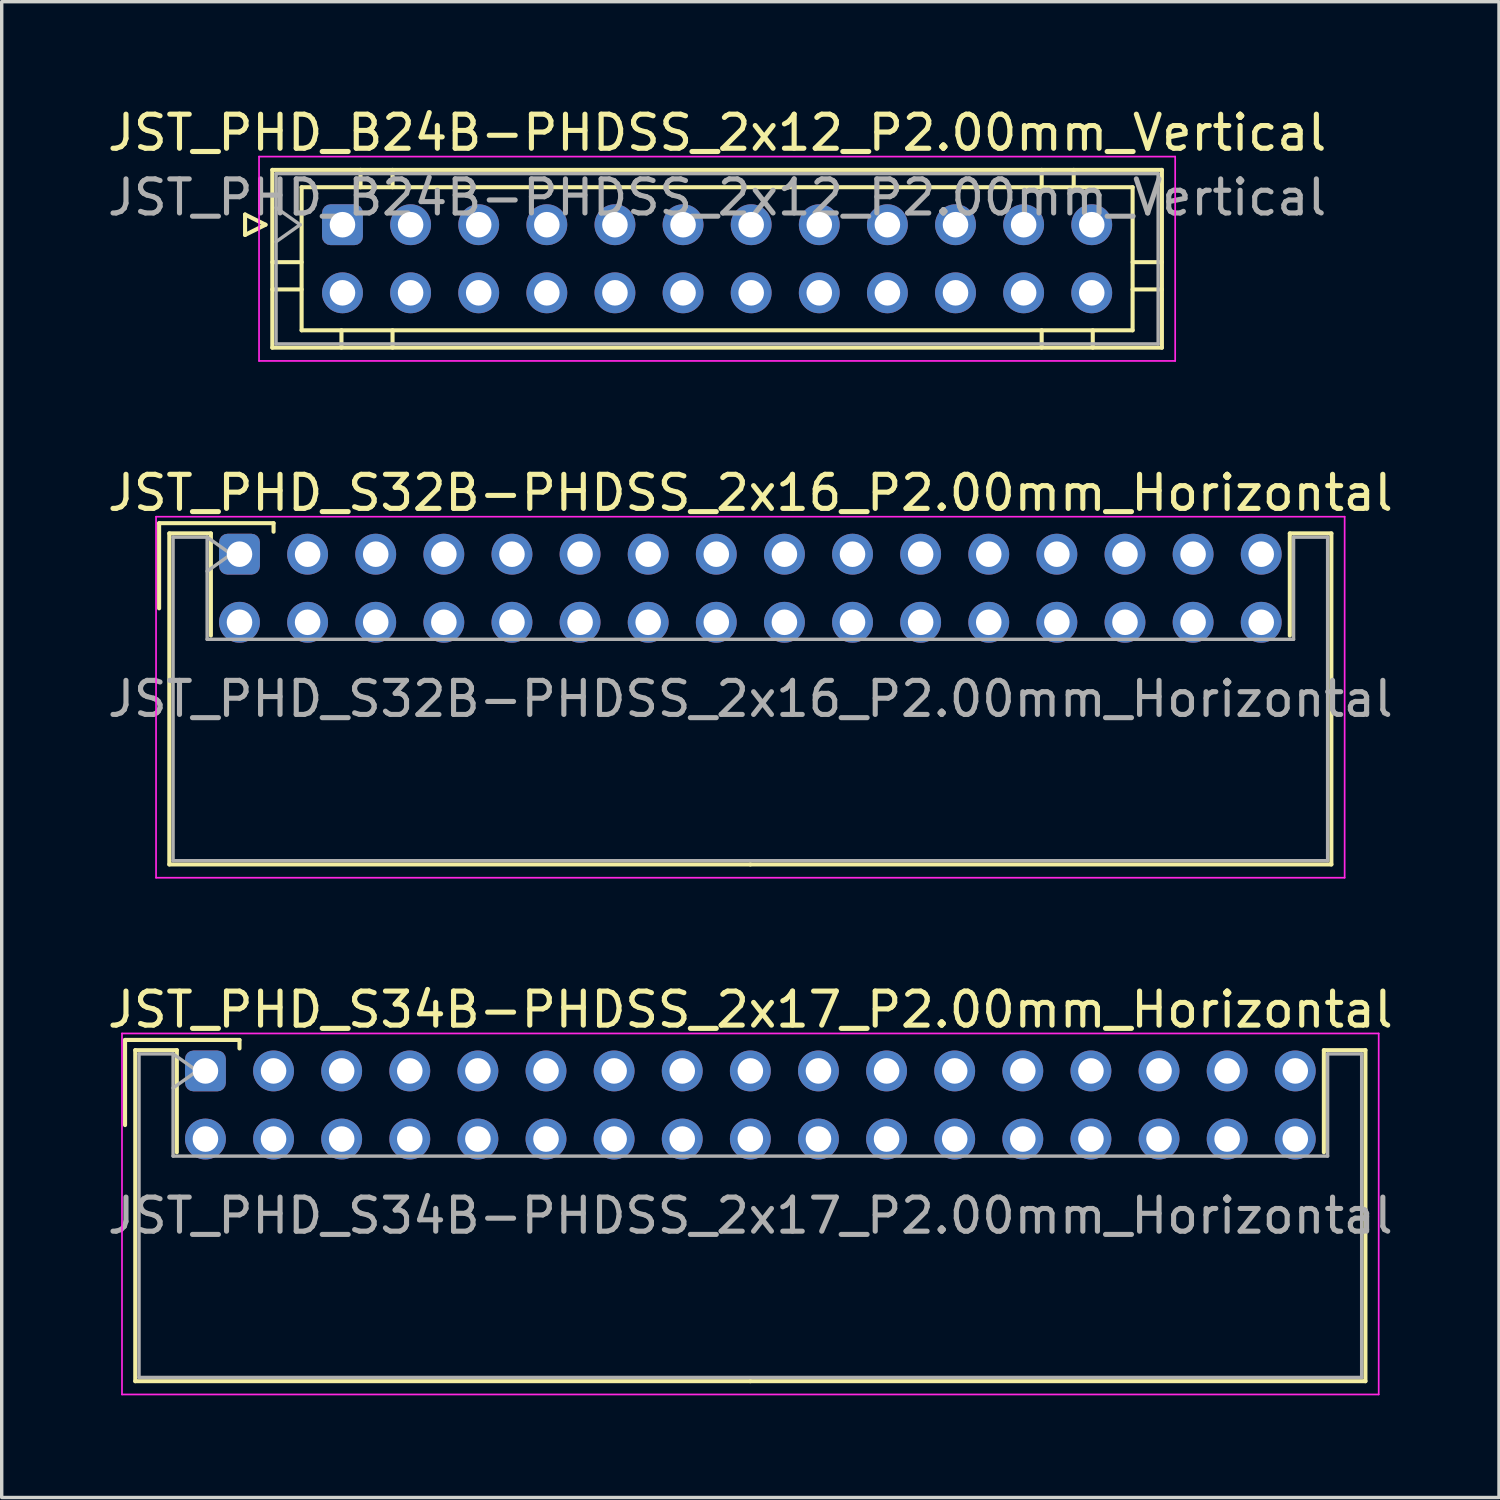
<source format=kicad_pcb>
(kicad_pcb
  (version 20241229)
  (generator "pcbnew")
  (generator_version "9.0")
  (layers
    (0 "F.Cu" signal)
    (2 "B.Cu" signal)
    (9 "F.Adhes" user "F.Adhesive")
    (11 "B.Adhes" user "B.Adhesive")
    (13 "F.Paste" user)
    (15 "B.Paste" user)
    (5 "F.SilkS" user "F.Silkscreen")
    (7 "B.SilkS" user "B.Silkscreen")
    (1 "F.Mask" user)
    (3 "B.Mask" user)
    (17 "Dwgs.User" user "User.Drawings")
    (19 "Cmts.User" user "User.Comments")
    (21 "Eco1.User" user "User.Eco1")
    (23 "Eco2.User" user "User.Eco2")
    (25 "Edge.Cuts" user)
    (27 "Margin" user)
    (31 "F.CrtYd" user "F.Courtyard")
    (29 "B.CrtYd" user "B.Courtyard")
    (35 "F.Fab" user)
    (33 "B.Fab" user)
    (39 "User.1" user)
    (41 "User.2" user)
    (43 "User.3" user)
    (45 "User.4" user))
  (footprint "JST_PHD_S32B-PHDSS_2x16_P2.00mm_Horizontal"
    (layer "F.Cu")
    (at 3.982 13.222)
    (property "Reference" "JST_PHD_S32B-PHDSS_2x16_P2.00mm_Horizontal" (at 15 -1.8 0) (layer "F.SilkS") (effects (font (size 1 1) (thickness 0.15))))
    (attr through_hole)
    (fp_line (start -2.36 -0.91) (end -2.36 1.59) (stroke (width 0.12) (type solid)) (layer "F.SilkS"))
    (fp_line (start -2.06 -0.61) (end -2.06 9.11) (stroke (width 0.12) (type solid)) (layer "F.SilkS"))
    (fp_line (start -2.06 9.11) (end 15 9.11) (stroke (width 0.12) (type solid)) (layer "F.SilkS"))
    (fp_line (start -0.84 -0.61) (end -2.06 -0.61) (stroke (width 0.12) (type solid)) (layer "F.SilkS"))
    (fp_line (start -0.84 2.39) (end -0.84 -0.61) (stroke (width 0.12) (type solid)) (layer "F.SilkS"))
    (fp_line (start 1 -0.91) (end -2.36 -0.91) (stroke (width 0.12) (type solid)) (layer "F.SilkS"))
    (fp_line (start 1 -0.66) (end 1 -0.91) (stroke (width 0.12) (type solid)) (layer "F.SilkS"))
    (fp_line (start 30.84 -0.61) (end 32.06 -0.61) (stroke (width 0.12) (type solid)) (layer "F.SilkS"))
    (fp_line (start 30.84 2.39) (end 30.84 -0.61) (stroke (width 0.12) (type solid)) (layer "F.SilkS"))
    (fp_line (start 32.06 -0.61) (end 32.06 9.11) (stroke (width 0.12) (type solid)) (layer "F.SilkS"))
    (fp_line (start 32.06 9.11) (end 15 9.11) (stroke (width 0.12) (type solid)) (layer "F.SilkS"))
    (fp_line (start -2.45 -1.1) (end -2.45 9.5) (stroke (width 0.05) (type solid)) (layer "F.CrtYd"))
    (fp_line (start -2.45 9.5) (end 32.45 9.5) (stroke (width 0.05) (type solid)) (layer "F.CrtYd"))
    (fp_line (start 32.45 -1.1) (end -2.45 -1.1) (stroke (width 0.05) (type solid)) (layer "F.CrtYd"))
    (fp_line (start 32.45 9.5) (end 32.45 -1.1) (stroke (width 0.05) (type solid)) (layer "F.CrtYd"))
    (fp_line (start -1.95 -0.5) (end -0.95 -0.5) (stroke (width 0.1) (type solid)) (layer "F.Fab"))
    (fp_line (start -1.95 9) (end -1.95 -0.5) (stroke (width 0.1) (type solid)) (layer "F.Fab"))
    (fp_line (start -0.95 -0.5) (end -0.95 2.5) (stroke (width 0.1) (type solid)) (layer "F.Fab"))
    (fp_line (start -0.95 -0.5) (end -0.243 0) (stroke (width 0.1) (type solid)) (layer "F.Fab"))
    (fp_line (start -0.95 2.5) (end 30.95 2.5) (stroke (width 0.1) (type solid)) (layer "F.Fab"))
    (fp_line (start -0.243 0) (end -0.95 0.5) (stroke (width 0.1) (type solid)) (layer "F.Fab"))
    (fp_line (start 30.95 -0.5) (end 31.95 -0.5) (stroke (width 0.1) (type solid)) (layer "F.Fab"))
    (fp_line (start 30.95 2.5) (end 30.95 -0.5) (stroke (width 0.1) (type solid)) (layer "F.Fab"))
    (fp_line (start 31.95 -0.5) (end 31.95 9) (stroke (width 0.1) (type solid)) (layer "F.Fab"))
    (fp_line (start 31.95 9) (end -1.95 9) (stroke (width 0.1) (type solid)) (layer "F.Fab"))
    (fp_text user "${REFERENCE}" (at 15 4.25 0) (layer "F.Fab") (effects (font (size 1 1) (thickness 0.15))))
    (pad "1" thru_hole roundrect (at 0 0) (size 1.2 1.2) (drill 0.75) (layers "*.Cu" "*.Mask") (roundrect_rratio 0.208))
    (pad "2" thru_hole circle (at 0 2) (size 1.2 1.2) (drill 0.75) (layers "*.Cu" "*.Mask"))
    (pad "3" thru_hole circle (at 2 0) (size 1.2 1.2) (drill 0.75) (layers "*.Cu" "*.Mask"))
    (pad "4" thru_hole circle (at 2 2) (size 1.2 1.2) (drill 0.75) (layers "*.Cu" "*.Mask"))
    (pad "5" thru_hole circle (at 4 0) (size 1.2 1.2) (drill 0.75) (layers "*.Cu" "*.Mask"))
    (pad "6" thru_hole circle (at 4 2) (size 1.2 1.2) (drill 0.75) (layers "*.Cu" "*.Mask"))
    (pad "7" thru_hole circle (at 6 0) (size 1.2 1.2) (drill 0.75) (layers "*.Cu" "*.Mask"))
    (pad "8" thru_hole circle (at 6 2) (size 1.2 1.2) (drill 0.75) (layers "*.Cu" "*.Mask"))
    (pad "9" thru_hole circle (at 8 0) (size 1.2 1.2) (drill 0.75) (layers "*.Cu" "*.Mask"))
    (pad "10" thru_hole circle (at 8 2) (size 1.2 1.2) (drill 0.75) (layers "*.Cu" "*.Mask"))
    (pad "11" thru_hole circle (at 10 0) (size 1.2 1.2) (drill 0.75) (layers "*.Cu" "*.Mask"))
    (pad "12" thru_hole circle (at 10 2) (size 1.2 1.2) (drill 0.75) (layers "*.Cu" "*.Mask"))
    (pad "13" thru_hole circle (at 12 0) (size 1.2 1.2) (drill 0.75) (layers "*.Cu" "*.Mask"))
    (pad "14" thru_hole circle (at 12 2) (size 1.2 1.2) (drill 0.75) (layers "*.Cu" "*.Mask"))
    (pad "15" thru_hole circle (at 14 0) (size 1.2 1.2) (drill 0.75) (layers "*.Cu" "*.Mask"))
    (pad "16" thru_hole circle (at 14 2) (size 1.2 1.2) (drill 0.75) (layers "*.Cu" "*.Mask"))
    (pad "17" thru_hole circle (at 16 0) (size 1.2 1.2) (drill 0.75) (layers "*.Cu" "*.Mask"))
    (pad "18" thru_hole circle (at 16 2) (size 1.2 1.2) (drill 0.75) (layers "*.Cu" "*.Mask"))
    (pad "19" thru_hole circle (at 18 0) (size 1.2 1.2) (drill 0.75) (layers "*.Cu" "*.Mask"))
    (pad "20" thru_hole circle (at 18 2) (size 1.2 1.2) (drill 0.75) (layers "*.Cu" "*.Mask"))
    (pad "21" thru_hole circle (at 20 0) (size 1.2 1.2) (drill 0.75) (layers "*.Cu" "*.Mask"))
    (pad "22" thru_hole circle (at 20 2) (size 1.2 1.2) (drill 0.75) (layers "*.Cu" "*.Mask"))
    (pad "23" thru_hole circle (at 22 0) (size 1.2 1.2) (drill 0.75) (layers "*.Cu" "*.Mask"))
    (pad "24" thru_hole circle (at 22 2) (size 1.2 1.2) (drill 0.75) (layers "*.Cu" "*.Mask"))
    (pad "25" thru_hole circle (at 24 0) (size 1.2 1.2) (drill 0.75) (layers "*.Cu" "*.Mask"))
    (pad "26" thru_hole circle (at 24 2) (size 1.2 1.2) (drill 0.75) (layers "*.Cu" "*.Mask"))
    (pad "27" thru_hole circle (at 26 0) (size 1.2 1.2) (drill 0.75) (layers "*.Cu" "*.Mask"))
    (pad "28" thru_hole circle (at 26 2) (size 1.2 1.2) (drill 0.75) (layers "*.Cu" "*.Mask"))
    (pad "29" thru_hole circle (at 28 0) (size 1.2 1.2) (drill 0.75) (layers "*.Cu" "*.Mask"))
    (pad "30" thru_hole circle (at 28 2) (size 1.2 1.2) (drill 0.75) (layers "*.Cu" "*.Mask"))
    (pad "31" thru_hole circle (at 30 0) (size 1.2 1.2) (drill 0.75) (layers "*.Cu" "*.Mask"))
    (pad "32" thru_hole circle (at 30 2) (size 1.2 1.2) (drill 0.75) (layers "*.Cu" "*.Mask")))
  (footprint "JST_PHD_S34B-PHDSS_2x17_P2.00mm_Horizontal"
    (layer "F.Cu")
    (at 2.982 28.395)
    (property "Reference" "JST_PHD_S34B-PHDSS_2x17_P2.00mm_Horizontal" (at 16 -1.8 0) (layer "F.SilkS") (effects (font (size 1 1) (thickness 0.15))))
    (attr through_hole)
    (fp_line (start -2.36 -0.91) (end -2.36 1.59) (stroke (width 0.12) (type solid)) (layer "F.SilkS"))
    (fp_line (start -2.06 -0.61) (end -2.06 9.11) (stroke (width 0.12) (type solid)) (layer "F.SilkS"))
    (fp_line (start -2.06 9.11) (end 16 9.11) (stroke (width 0.12) (type solid)) (layer "F.SilkS"))
    (fp_line (start -0.84 -0.61) (end -2.06 -0.61) (stroke (width 0.12) (type solid)) (layer "F.SilkS"))
    (fp_line (start -0.84 2.39) (end -0.84 -0.61) (stroke (width 0.12) (type solid)) (layer "F.SilkS"))
    (fp_line (start 1 -0.91) (end -2.36 -0.91) (stroke (width 0.12) (type solid)) (layer "F.SilkS"))
    (fp_line (start 1 -0.66) (end 1 -0.91) (stroke (width 0.12) (type solid)) (layer "F.SilkS"))
    (fp_line (start 32.84 -0.61) (end 34.06 -0.61) (stroke (width 0.12) (type solid)) (layer "F.SilkS"))
    (fp_line (start 32.84 2.39) (end 32.84 -0.61) (stroke (width 0.12) (type solid)) (layer "F.SilkS"))
    (fp_line (start 34.06 -0.61) (end 34.06 9.11) (stroke (width 0.12) (type solid)) (layer "F.SilkS"))
    (fp_line (start 34.06 9.11) (end 16 9.11) (stroke (width 0.12) (type solid)) (layer "F.SilkS"))
    (fp_line (start -2.45 -1.1) (end -2.45 9.5) (stroke (width 0.05) (type solid)) (layer "F.CrtYd"))
    (fp_line (start -2.45 9.5) (end 34.45 9.5) (stroke (width 0.05) (type solid)) (layer "F.CrtYd"))
    (fp_line (start 34.45 -1.1) (end -2.45 -1.1) (stroke (width 0.05) (type solid)) (layer "F.CrtYd"))
    (fp_line (start 34.45 9.5) (end 34.45 -1.1) (stroke (width 0.05) (type solid)) (layer "F.CrtYd"))
    (fp_line (start -1.95 -0.5) (end -0.95 -0.5) (stroke (width 0.1) (type solid)) (layer "F.Fab"))
    (fp_line (start -1.95 9) (end -1.95 -0.5) (stroke (width 0.1) (type solid)) (layer "F.Fab"))
    (fp_line (start -0.95 -0.5) (end -0.95 2.5) (stroke (width 0.1) (type solid)) (layer "F.Fab"))
    (fp_line (start -0.95 -0.5) (end -0.243 0) (stroke (width 0.1) (type solid)) (layer "F.Fab"))
    (fp_line (start -0.95 2.5) (end 32.95 2.5) (stroke (width 0.1) (type solid)) (layer "F.Fab"))
    (fp_line (start -0.243 0) (end -0.95 0.5) (stroke (width 0.1) (type solid)) (layer "F.Fab"))
    (fp_line (start 32.95 -0.5) (end 33.95 -0.5) (stroke (width 0.1) (type solid)) (layer "F.Fab"))
    (fp_line (start 32.95 2.5) (end 32.95 -0.5) (stroke (width 0.1) (type solid)) (layer "F.Fab"))
    (fp_line (start 33.95 -0.5) (end 33.95 9) (stroke (width 0.1) (type solid)) (layer "F.Fab"))
    (fp_line (start 33.95 9) (end -1.95 9) (stroke (width 0.1) (type solid)) (layer "F.Fab"))
    (fp_text user "${REFERENCE}" (at 16 4.25 0) (layer "F.Fab") (effects (font (size 1 1) (thickness 0.15))))
    (pad "1" thru_hole roundrect (at 0 0) (size 1.2 1.2) (drill 0.75) (layers "*.Cu" "*.Mask") (roundrect_rratio 0.208))
    (pad "2" thru_hole circle (at 0 2) (size 1.2 1.2) (drill 0.75) (layers "*.Cu" "*.Mask"))
    (pad "3" thru_hole circle (at 2 0) (size 1.2 1.2) (drill 0.75) (layers "*.Cu" "*.Mask"))
    (pad "4" thru_hole circle (at 2 2) (size 1.2 1.2) (drill 0.75) (layers "*.Cu" "*.Mask"))
    (pad "5" thru_hole circle (at 4 0) (size 1.2 1.2) (drill 0.75) (layers "*.Cu" "*.Mask"))
    (pad "6" thru_hole circle (at 4 2) (size 1.2 1.2) (drill 0.75) (layers "*.Cu" "*.Mask"))
    (pad "7" thru_hole circle (at 6 0) (size 1.2 1.2) (drill 0.75) (layers "*.Cu" "*.Mask"))
    (pad "8" thru_hole circle (at 6 2) (size 1.2 1.2) (drill 0.75) (layers "*.Cu" "*.Mask"))
    (pad "9" thru_hole circle (at 8 0) (size 1.2 1.2) (drill 0.75) (layers "*.Cu" "*.Mask"))
    (pad "10" thru_hole circle (at 8 2) (size 1.2 1.2) (drill 0.75) (layers "*.Cu" "*.Mask"))
    (pad "11" thru_hole circle (at 10 0) (size 1.2 1.2) (drill 0.75) (layers "*.Cu" "*.Mask"))
    (pad "12" thru_hole circle (at 10 2) (size 1.2 1.2) (drill 0.75) (layers "*.Cu" "*.Mask"))
    (pad "13" thru_hole circle (at 12 0) (size 1.2 1.2) (drill 0.75) (layers "*.Cu" "*.Mask"))
    (pad "14" thru_hole circle (at 12 2) (size 1.2 1.2) (drill 0.75) (layers "*.Cu" "*.Mask"))
    (pad "15" thru_hole circle (at 14 0) (size 1.2 1.2) (drill 0.75) (layers "*.Cu" "*.Mask"))
    (pad "16" thru_hole circle (at 14 2) (size 1.2 1.2) (drill 0.75) (layers "*.Cu" "*.Mask"))
    (pad "17" thru_hole circle (at 16 0) (size 1.2 1.2) (drill 0.75) (layers "*.Cu" "*.Mask"))
    (pad "18" thru_hole circle (at 16 2) (size 1.2 1.2) (drill 0.75) (layers "*.Cu" "*.Mask"))
    (pad "19" thru_hole circle (at 18 0) (size 1.2 1.2) (drill 0.75) (layers "*.Cu" "*.Mask"))
    (pad "20" thru_hole circle (at 18 2) (size 1.2 1.2) (drill 0.75) (layers "*.Cu" "*.Mask"))
    (pad "21" thru_hole circle (at 20 0) (size 1.2 1.2) (drill 0.75) (layers "*.Cu" "*.Mask"))
    (pad "22" thru_hole circle (at 20 2) (size 1.2 1.2) (drill 0.75) (layers "*.Cu" "*.Mask"))
    (pad "23" thru_hole circle (at 22 0) (size 1.2 1.2) (drill 0.75) (layers "*.Cu" "*.Mask"))
    (pad "24" thru_hole circle (at 22 2) (size 1.2 1.2) (drill 0.75) (layers "*.Cu" "*.Mask"))
    (pad "25" thru_hole circle (at 24 0) (size 1.2 1.2) (drill 0.75) (layers "*.Cu" "*.Mask"))
    (pad "26" thru_hole circle (at 24 2) (size 1.2 1.2) (drill 0.75) (layers "*.Cu" "*.Mask"))
    (pad "27" thru_hole circle (at 26 0) (size 1.2 1.2) (drill 0.75) (layers "*.Cu" "*.Mask"))
    (pad "28" thru_hole circle (at 26 2) (size 1.2 1.2) (drill 0.75) (layers "*.Cu" "*.Mask"))
    (pad "29" thru_hole circle (at 28 0) (size 1.2 1.2) (drill 0.75) (layers "*.Cu" "*.Mask"))
    (pad "30" thru_hole circle (at 28 2) (size 1.2 1.2) (drill 0.75) (layers "*.Cu" "*.Mask"))
    (pad "31" thru_hole circle (at 30 0) (size 1.2 1.2) (drill 0.75) (layers "*.Cu" "*.Mask"))
    (pad "32" thru_hole circle (at 30 2) (size 1.2 1.2) (drill 0.75) (layers "*.Cu" "*.Mask"))
    (pad "33" thru_hole circle (at 32 0) (size 1.2 1.2) (drill 0.75) (layers "*.Cu" "*.Mask"))
    (pad "34" thru_hole circle (at 32 2) (size 1.2 1.2) (drill 0.75) (layers "*.Cu" "*.Mask")))
  (footprint "JST_PHD_B24B-PHDSS_2x12_P2.00mm_Vertical"
    (layer "F.Cu")
    (at 7.006 3.548)
    (property "Reference" "JST_PHD_B24B-PHDSS_2x12_P2.00mm_Vertical" (at 11 -2.7 0) (layer "F.SilkS") (effects (font (size 1 1) (thickness 0.15))))
    (attr through_hole)
    (fp_line (start -2.86 -0.3) (end -2.26 0) (stroke (width 0.12) (type solid)) (layer "F.SilkS"))
    (fp_line (start -2.86 0.3) (end -2.86 -0.3) (stroke (width 0.12) (type solid)) (layer "F.SilkS"))
    (fp_line (start -2.26 0) (end -2.86 0.3) (stroke (width 0.12) (type solid)) (layer "F.SilkS"))
    (fp_line (start -2.06 -1.61) (end -2.06 3.61) (stroke (width 0.12) (type solid)) (layer "F.SilkS"))
    (fp_line (start -2.06 1.1) (end -1.2 1.1) (stroke (width 0.12) (type solid)) (layer "F.SilkS"))
    (fp_line (start -2.06 1.9) (end -1.2 1.9) (stroke (width 0.12) (type solid)) (layer "F.SilkS"))
    (fp_line (start -2.06 3.61) (end 24.06 3.61) (stroke (width 0.12) (type solid)) (layer "F.SilkS"))
    (fp_line (start -1.2 -1.1) (end -1.2 3.1) (stroke (width 0.12) (type solid)) (layer "F.SilkS"))
    (fp_line (start -1.2 3.1) (end 23.2 3.1) (stroke (width 0.12) (type solid)) (layer "F.SilkS"))
    (fp_line (start -0.03 3.61) (end -0.03 3.1) (stroke (width 0.12) (type solid)) (layer "F.SilkS"))
    (fp_line (start 0.53 -1.61) (end 0.53 -1.1) (stroke (width 0.12) (type solid)) (layer "F.SilkS"))
    (fp_line (start 1.47 -1.61) (end 1.47 -1.1) (stroke (width 0.12) (type solid)) (layer "F.SilkS"))
    (fp_line (start 1.47 3.61) (end 1.47 3.1) (stroke (width 0.12) (type solid)) (layer "F.SilkS"))
    (fp_line (start 20.53 -1.61) (end 20.53 -1.1) (stroke (width 0.12) (type solid)) (layer "F.SilkS"))
    (fp_line (start 20.53 3.61) (end 20.53 3.1) (stroke (width 0.12) (type solid)) (layer "F.SilkS"))
    (fp_line (start 21.47 -1.61) (end 21.47 -1.1) (stroke (width 0.12) (type solid)) (layer "F.SilkS"))
    (fp_line (start 22.03 3.61) (end 22.03 3.1) (stroke (width 0.12) (type solid)) (layer "F.SilkS"))
    (fp_line (start 23.2 -1.1) (end -1.2 -1.1) (stroke (width 0.12) (type solid)) (layer "F.SilkS"))
    (fp_line (start 23.2 3.1) (end 23.2 -1.1) (stroke (width 0.12) (type solid)) (layer "F.SilkS"))
    (fp_line (start 24.06 -1.61) (end -2.06 -1.61) (stroke (width 0.12) (type solid)) (layer "F.SilkS"))
    (fp_line (start 24.06 1.1) (end 23.2 1.1) (stroke (width 0.12) (type solid)) (layer "F.SilkS"))
    (fp_line (start 24.06 1.9) (end 23.2 1.9) (stroke (width 0.12) (type solid)) (layer "F.SilkS"))
    (fp_line (start 24.06 3.61) (end 24.06 -1.61) (stroke (width 0.12) (type solid)) (layer "F.SilkS"))
    (fp_line (start -2.45 -2) (end -2.45 4) (stroke (width 0.05) (type solid)) (layer "F.CrtYd"))
    (fp_line (start -2.45 4) (end 24.45 4) (stroke (width 0.05) (type solid)) (layer "F.CrtYd"))
    (fp_line (start 24.45 -2) (end -2.45 -2) (stroke (width 0.05) (type solid)) (layer "F.CrtYd"))
    (fp_line (start 24.45 4) (end 24.45 -2) (stroke (width 0.05) (type solid)) (layer "F.CrtYd"))
    (fp_line (start -1.95 -1.5) (end -1.95 3.5) (stroke (width 0.1) (type solid)) (layer "F.Fab"))
    (fp_line (start -1.95 0.5) (end -1.243 0) (stroke (width 0.1) (type solid)) (layer "F.Fab"))
    (fp_line (start -1.95 3.5) (end 23.95 3.5) (stroke (width 0.1) (type solid)) (layer "F.Fab"))
    (fp_line (start -1.243 0) (end -1.95 -0.5) (stroke (width 0.1) (type solid)) (layer "F.Fab"))
    (fp_line (start 23.95 -1.5) (end -1.95 -1.5) (stroke (width 0.1) (type solid)) (layer "F.Fab"))
    (fp_line (start 23.95 3.5) (end 23.95 -1.5) (stroke (width 0.1) (type solid)) (layer "F.Fab"))
    (fp_text user "${REFERENCE}" (at 11 -0.8 0) (layer "F.Fab") (effects (font (size 1 1) (thickness 0.15))))
    (pad "1" thru_hole roundrect (at 0 0) (size 1.2 1.2) (drill 0.75) (layers "*.Cu" "*.Mask") (roundrect_rratio 0.208))
    (pad "2" thru_hole circle (at 0 2) (size 1.2 1.2) (drill 0.75) (layers "*.Cu" "*.Mask"))
    (pad "3" thru_hole circle (at 2 0) (size 1.2 1.2) (drill 0.75) (layers "*.Cu" "*.Mask"))
    (pad "4" thru_hole circle (at 2 2) (size 1.2 1.2) (drill 0.75) (layers "*.Cu" "*.Mask"))
    (pad "5" thru_hole circle (at 4 0) (size 1.2 1.2) (drill 0.75) (layers "*.Cu" "*.Mask"))
    (pad "6" thru_hole circle (at 4 2) (size 1.2 1.2) (drill 0.75) (layers "*.Cu" "*.Mask"))
    (pad "7" thru_hole circle (at 6 0) (size 1.2 1.2) (drill 0.75) (layers "*.Cu" "*.Mask"))
    (pad "8" thru_hole circle (at 6 2) (size 1.2 1.2) (drill 0.75) (layers "*.Cu" "*.Mask"))
    (pad "9" thru_hole circle (at 8 0) (size 1.2 1.2) (drill 0.75) (layers "*.Cu" "*.Mask"))
    (pad "10" thru_hole circle (at 8 2) (size 1.2 1.2) (drill 0.75) (layers "*.Cu" "*.Mask"))
    (pad "11" thru_hole circle (at 10 0) (size 1.2 1.2) (drill 0.75) (layers "*.Cu" "*.Mask"))
    (pad "12" thru_hole circle (at 10 2) (size 1.2 1.2) (drill 0.75) (layers "*.Cu" "*.Mask"))
    (pad "13" thru_hole circle (at 12 0) (size 1.2 1.2) (drill 0.75) (layers "*.Cu" "*.Mask"))
    (pad "14" thru_hole circle (at 12 2) (size 1.2 1.2) (drill 0.75) (layers "*.Cu" "*.Mask"))
    (pad "15" thru_hole circle (at 14 0) (size 1.2 1.2) (drill 0.75) (layers "*.Cu" "*.Mask"))
    (pad "16" thru_hole circle (at 14 2) (size 1.2 1.2) (drill 0.75) (layers "*.Cu" "*.Mask"))
    (pad "17" thru_hole circle (at 16 0) (size 1.2 1.2) (drill 0.75) (layers "*.Cu" "*.Mask"))
    (pad "18" thru_hole circle (at 16 2) (size 1.2 1.2) (drill 0.75) (layers "*.Cu" "*.Mask"))
    (pad "19" thru_hole circle (at 18 0) (size 1.2 1.2) (drill 0.75) (layers "*.Cu" "*.Mask"))
    (pad "20" thru_hole circle (at 18 2) (size 1.2 1.2) (drill 0.75) (layers "*.Cu" "*.Mask"))
    (pad "21" thru_hole circle (at 20 0) (size 1.2 1.2) (drill 0.75) (layers "*.Cu" "*.Mask"))
    (pad "22" thru_hole circle (at 20 2) (size 1.2 1.2) (drill 0.75) (layers "*.Cu" "*.Mask"))
    (pad "23" thru_hole circle (at 22 0) (size 1.2 1.2) (drill 0.75) (layers "*.Cu" "*.Mask"))
    (pad "24" thru_hole circle (at 22 2) (size 1.2 1.2) (drill 0.75) (layers "*.Cu" "*.Mask")))
  (gr_rect
    (start -3 -3)
    (end 40.964 40.92)
    (stroke (width 0.1) (type default))
    (fill no)
    (layer "Edge.Cuts")))
</source>
